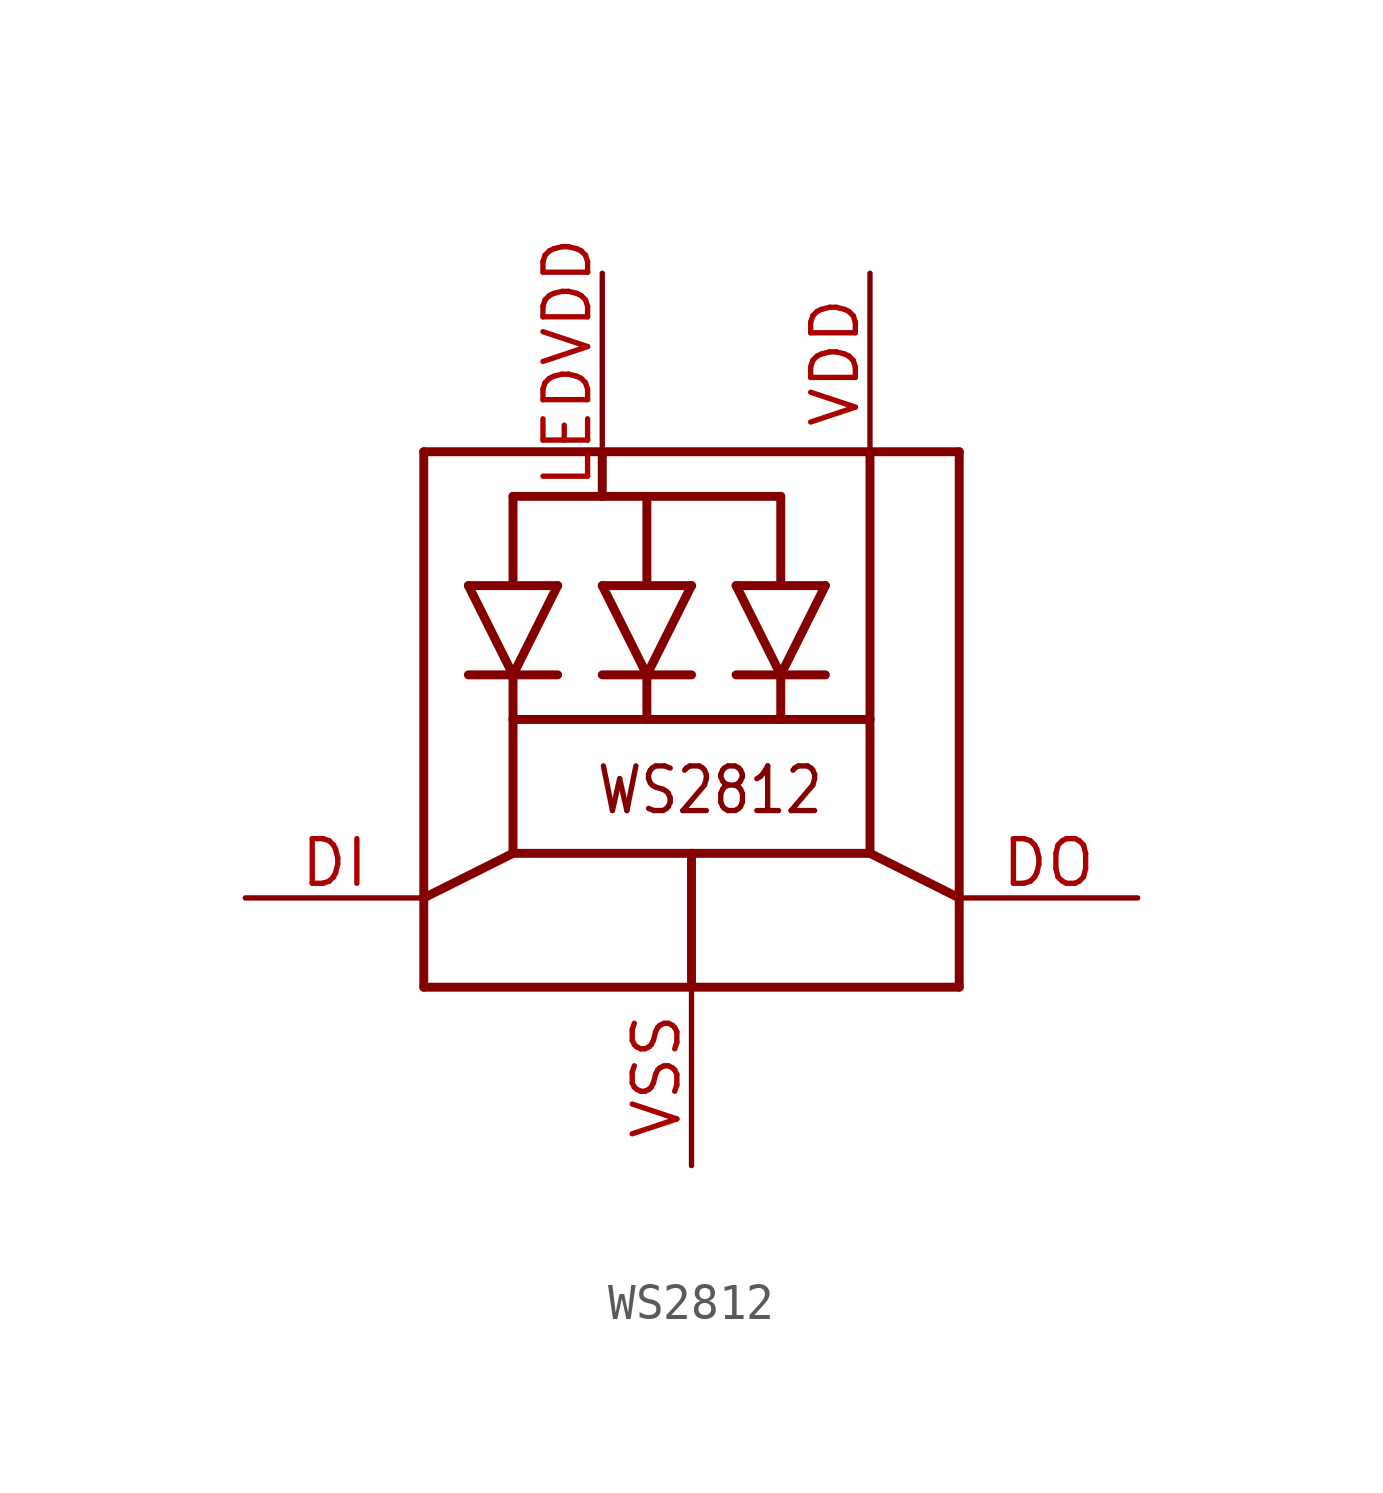
<source format=kicad_sym>
(kicad_symbol_lib
  (version 20211014)
  (generator kicad_symbol_editor)
  (symbol "WS2812"
    (property "Reference" ""
      (at 0 0 0)
      (effects (font (size 1.27 1.27)) hide))
    (property "ki_locked" ""
      (at 0 0 0)
      (effects (font (size 1.27 1.27))))
    (symbol "WS2812_1_0"
      (polyline (pts (xy -7.62 -7.62) (xy 0 -7.62)) (stroke (width 0.254) (type default) (color 0 0 0 0)) (fill (type none)))
      (polyline (pts (xy -7.62 -5.08) (xy -7.62 -7.62)) (stroke (width 0.254) (type default) (color 0 0 0 0)) (fill (type none)))
      (polyline (pts (xy -7.62 7.62) (xy -7.62 -5.08)) (stroke (width 0.254) (type default) (color 0 0 0 0)) (fill (type none)))
      (polyline (pts (xy -6.35 1.27) (xy -5.08 1.27)) (stroke (width 0.254) (type default) (color 0 0 0 0)) (fill (type none)))
      (polyline (pts (xy -6.35 3.81) (xy -5.08 3.81)) (stroke (width 0.254) (type default) (color 0 0 0 0)) (fill (type none)))
      (polyline (pts (xy -5.08 -3.81) (xy -7.62 -5.08)) (stroke (width 0.254) (type default) (color 0 0 0 0)) (fill (type none)))
      (polyline (pts (xy -5.08 -3.81) (xy 0 -3.81)) (stroke (width 0.254) (type default) (color 0 0 0 0)) (fill (type none)))
      (polyline (pts (xy -5.08 0) (xy -5.08 -3.81)) (stroke (width 0.254) (type default) (color 0 0 0 0)) (fill (type none)))
      (polyline (pts (xy -5.08 1.27) (xy -6.35 3.81)) (stroke (width 0.254) (type default) (color 0 0 0 0)) (fill (type none)))
      (polyline (pts (xy -5.08 1.27) (xy -5.08 0)) (stroke (width 0.254) (type default) (color 0 0 0 0)) (fill (type none)))
      (polyline (pts (xy -5.08 1.27) (xy -3.81 3.81)) (stroke (width 0.254) (type default) (color 0 0 0 0)) (fill (type none)))
      (polyline (pts (xy -5.08 3.81) (xy -3.81 3.81)) (stroke (width 0.254) (type default) (color 0 0 0 0)) (fill (type none)))
      (polyline (pts (xy -5.08 6.35) (xy -5.08 3.81)) (stroke (width 0.254) (type default) (color 0 0 0 0)) (fill (type none)))
      (polyline (pts (xy -3.81 1.27) (xy -5.08 1.27)) (stroke (width 0.254) (type default) (color 0 0 0 0)) (fill (type none)))
      (polyline (pts (xy -2.54 1.27) (xy -1.27 1.27)) (stroke (width 0.254) (type default) (color 0 0 0 0)) (fill (type none)))
      (polyline (pts (xy -2.54 3.81) (xy 0 3.81)) (stroke (width 0.254) (type default) (color 0 0 0 0)) (fill (type none)))
      (polyline (pts (xy -2.54 6.35) (xy -5.08 6.35)) (stroke (width 0.254) (type default) (color 0 0 0 0)) (fill (type none)))
      (polyline (pts (xy -2.54 7.62) (xy -7.62 7.62)) (stroke (width 0.254) (type default) (color 0 0 0 0)) (fill (type none)))
      (polyline (pts (xy -2.54 7.62) (xy -2.54 6.35)) (stroke (width 0.254) (type default) (color 0 0 0 0)) (fill (type none)))
      (polyline (pts (xy -1.27 0) (xy -5.08 0)) (stroke (width 0.254) (type default) (color 0 0 0 0)) (fill (type none)))
      (polyline (pts (xy -1.27 1.27) (xy -2.54 3.81)) (stroke (width 0.254) (type default) (color 0 0 0 0)) (fill (type none)))
      (polyline (pts (xy -1.27 1.27) (xy -1.27 0)) (stroke (width 0.254) (type default) (color 0 0 0 0)) (fill (type none)))
      (polyline (pts (xy -1.27 1.27) (xy 0 1.27)) (stroke (width 0.254) (type default) (color 0 0 0 0)) (fill (type none)))
      (polyline (pts (xy -1.27 3.81) (xy -1.27 6.35)) (stroke (width 0.254) (type default) (color 0 0 0 0)) (fill (type none)))
      (polyline (pts (xy -1.27 6.35) (xy -2.54 6.35)) (stroke (width 0.254) (type default) (color 0 0 0 0)) (fill (type none)))
      (polyline (pts (xy 0 -7.62) (xy 7.62 -7.62)) (stroke (width 0.254) (type default) (color 0 0 0 0)) (fill (type none)))
      (polyline (pts (xy 0 -3.81) (xy 0 -7.62)) (stroke (width 0.254) (type default) (color 0 0 0 0)) (fill (type none)))
      (polyline (pts (xy 0 -3.81) (xy 5.08 -3.81)) (stroke (width 0.254) (type default) (color 0 0 0 0)) (fill (type none)))
      (polyline (pts (xy 0 3.81) (xy -1.27 1.27)) (stroke (width 0.254) (type default) (color 0 0 0 0)) (fill (type none)))
      (polyline (pts (xy 1.27 3.81) (xy 2.54 1.27)) (stroke (width 0.254) (type default) (color 0 0 0 0)) (fill (type none)))
      (polyline (pts (xy 1.27 3.81) (xy 2.54 3.81)) (stroke (width 0.254) (type default) (color 0 0 0 0)) (fill (type none)))
      (polyline (pts (xy 2.54 0) (xy -1.27 0)) (stroke (width 0.254) (type default) (color 0 0 0 0)) (fill (type none)))
      (polyline (pts (xy 2.54 1.27) (xy 1.27 1.27)) (stroke (width 0.254) (type default) (color 0 0 0 0)) (fill (type none)))
      (polyline (pts (xy 2.54 1.27) (xy 2.54 0)) (stroke (width 0.254) (type default) (color 0 0 0 0)) (fill (type none)))
      (polyline (pts (xy 2.54 1.27) (xy 3.81 1.27)) (stroke (width 0.254) (type default) (color 0 0 0 0)) (fill (type none)))
      (polyline (pts (xy 2.54 1.27) (xy 3.81 3.81)) (stroke (width 0.254) (type default) (color 0 0 0 0)) (fill (type none)))
      (polyline (pts (xy 2.54 3.81) (xy 2.54 6.35)) (stroke (width 0.254) (type default) (color 0 0 0 0)) (fill (type none)))
      (polyline (pts (xy 2.54 6.35) (xy -1.27 6.35)) (stroke (width 0.254) (type default) (color 0 0 0 0)) (fill (type none)))
      (polyline (pts (xy 3.81 3.81) (xy 2.54 3.81)) (stroke (width 0.254) (type default) (color 0 0 0 0)) (fill (type none)))
      (polyline (pts (xy 5.08 -3.81) (xy 5.08 0)) (stroke (width 0.254) (type default) (color 0 0 0 0)) (fill (type none)))
      (polyline (pts (xy 5.08 -3.81) (xy 7.62 -5.08)) (stroke (width 0.254) (type default) (color 0 0 0 0)) (fill (type none)))
      (polyline (pts (xy 5.08 0) (xy 2.54 0)) (stroke (width 0.254) (type default) (color 0 0 0 0)) (fill (type none)))
      (polyline (pts (xy 5.08 7.62) (xy -2.54 7.62)) (stroke (width 0.254) (type default) (color 0 0 0 0)) (fill (type none)))
      (polyline (pts (xy 5.08 7.62) (xy 5.08 0)) (stroke (width 0.254) (type default) (color 0 0 0 0)) (fill (type none)))
      (polyline (pts (xy 7.62 -7.62) (xy 7.62 -5.08)) (stroke (width 0.254) (type default) (color 0 0 0 0)) (fill (type none)))
      (polyline (pts (xy 7.62 -5.08) (xy 7.62 7.62)) (stroke (width 0.254) (type default) (color 0 0 0 0)) (fill (type none)))
      (polyline (pts (xy 7.62 7.62) (xy 5.08 7.62)) (stroke (width 0.254) (type default) (color 0 0 0 0)) (fill (type none)))
      (text "WS2812" (at 3.81 -1.27 0) (effects (font (size 1.27 1.079)) (justify right top)))
      (pin input line (at -12.7 -5.08 0) (length 5.08) (name "DI" (effects (font (size 0 0)))) (number "DI" (effects (font (size 1.27 1.27)))))
      (pin output line (at 12.7 -5.08 180) (length 5.08) (name "DO" (effects (font (size 0 0)))) (number "DO" (effects (font (size 1.27 1.27)))))
      (pin power_in line (at -2.54 12.7 270) (length 5.08) (name "LEDVDD" (effects (font (size 0 0)))) (number "LEDVDD" (effects (font (size 1.27 1.27)))))
      (pin power_in line (at 5.08 12.7 270) (length 5.08) (name "VDD" (effects (font (size 0 0)))) (number "VDD" (effects (font (size 1.27 1.27)))))
      (pin power_in line (at 0 -12.7 90) (length 5.08) (name "GND" (effects (font (size 0 0)))) (number "VSS" (effects (font (size 1.27 1.27))))))))
</source>
